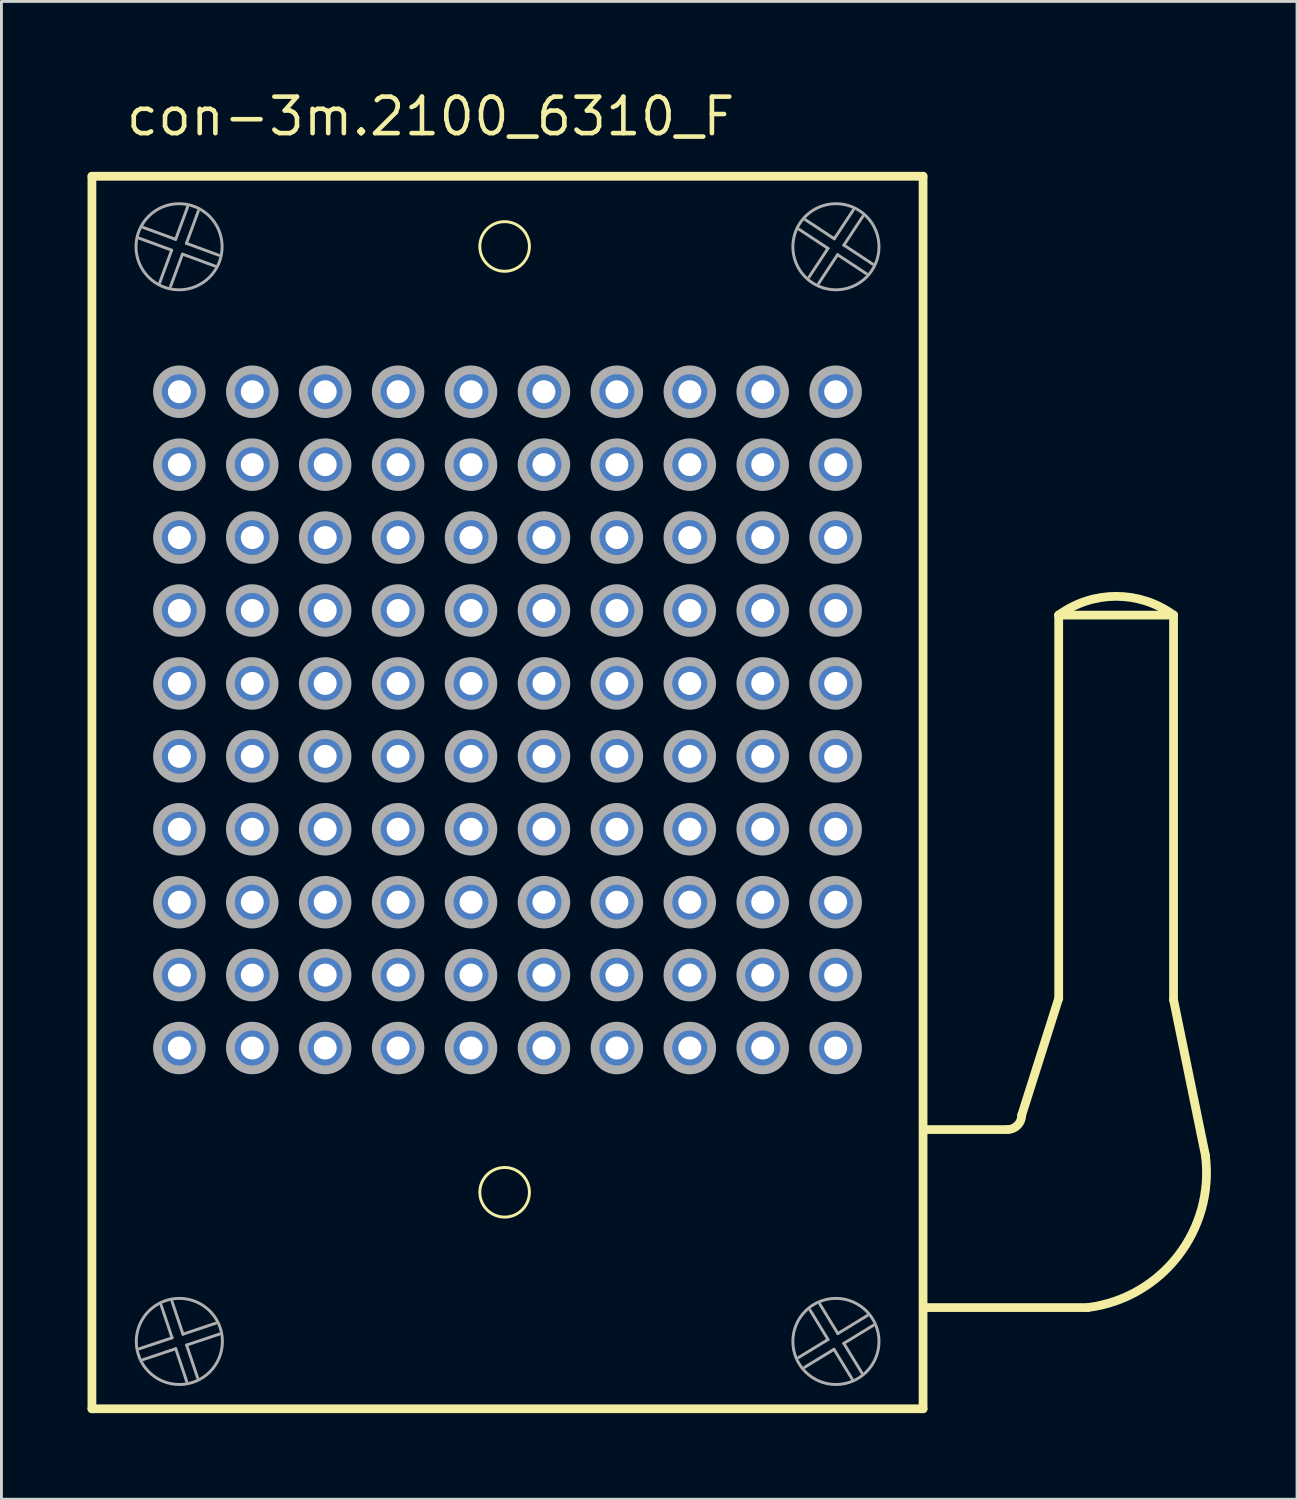
<source format=kicad_pcb>
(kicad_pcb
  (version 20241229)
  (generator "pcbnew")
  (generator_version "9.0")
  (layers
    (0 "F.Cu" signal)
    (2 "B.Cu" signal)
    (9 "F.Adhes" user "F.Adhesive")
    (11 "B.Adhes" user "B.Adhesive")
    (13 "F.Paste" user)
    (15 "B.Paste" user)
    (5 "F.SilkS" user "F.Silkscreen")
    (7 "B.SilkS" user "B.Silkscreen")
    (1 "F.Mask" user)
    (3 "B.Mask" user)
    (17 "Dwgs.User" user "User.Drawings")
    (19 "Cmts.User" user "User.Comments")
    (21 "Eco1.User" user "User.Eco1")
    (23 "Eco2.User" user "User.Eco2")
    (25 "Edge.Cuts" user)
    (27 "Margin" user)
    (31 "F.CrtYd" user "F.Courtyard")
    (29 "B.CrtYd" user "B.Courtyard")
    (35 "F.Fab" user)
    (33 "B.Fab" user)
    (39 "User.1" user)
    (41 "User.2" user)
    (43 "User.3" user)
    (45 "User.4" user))
  (footprint "con-3m.2100_6310_F"
    (layer "F.Cu")
    (at 14.627 22.025)
    (property "Reference" "con-3m.2100_6310_F" (at -13.365 -20.275 0) (layer "F.SilkS") (effects (font (size 1.27 1.27) (thickness 0.16)) (justify left bottom)))
    (attr through_hole)
    (fp_line (start -14.475 -18.935) (end 14.475 -18.935) (stroke (width 0.305) (type default)) (layer "F.SilkS"))
    (fp_line (start -14.475 23.995) (end -14.475 -18.935) (stroke (width 0.305) (type default)) (layer "F.SilkS"))
    (fp_line (start 14.475 -18.935) (end 14.475 23.995) (stroke (width 0.305) (type default)) (layer "F.SilkS"))
    (fp_line (start 14.475 23.995) (end -14.475 23.995) (stroke (width 0.305) (type default)) (layer "F.SilkS"))
    (fp_line (start 17.41 14.27) (end 14.646 14.27) (stroke (width 0.305) (type default)) (layer "F.SilkS"))
    (fp_line (start 17.91 13.77) (end 19.2 9.7) (stroke (width 0.305) (type default)) (layer "F.SilkS"))
    (fp_line (start 19.2 -3.65) (end 23.2 -3.65) (stroke (width 0.305) (type default)) (layer "F.SilkS"))
    (fp_line (start 19.2 9.7) (end 19.2 -3.65) (stroke (width 0.305) (type default)) (layer "F.SilkS"))
    (fp_line (start 20.21 20.47) (end 14.546 20.47) (stroke (width 0.305) (type default)) (layer "F.SilkS"))
    (fp_line (start 23.2 -3.65) (end 23.2 9.75) (stroke (width 0.305) (type default)) (layer "F.SilkS"))
    (fp_line (start 23.2 9.75) (end 24.31 15.17) (stroke (width 0.305) (type default)) (layer "F.SilkS"))
    (fp_arc (start 17.91 13.77) (mid 17.763553 14.123553) (end 17.41 14.27) (stroke (width 0.3048) (type default)) (layer "F.SilkS"))
    (fp_arc (start 19.2 -3.65) (mid 21.2 -4.303325) (end 23.2 -3.65) (stroke (width 0.3048) (type default)) (layer "F.SilkS"))
    (fp_arc (start 24.31 15.17) (mid 23.357666 18.669138) (end 20.21 20.47) (stroke (width 0.3048) (type default)) (layer "F.SilkS"))
    (fp_circle (center -0.1 -16.49) (end 0.764 -16.49) (stroke (width 0.102) (type default)) (fill no) (layer "F.SilkS"))
    (fp_circle (center -0.1 16.455) (end 0.764 16.455) (stroke (width 0.102) (type default)) (fill no) (layer "F.SilkS"))
    (fp_line (start -12.821 21.904) (end -11.683 21.524) (stroke (width 0.102) (type default)) (layer "F.Fab"))
    (fp_line (start -12.685 -17.151) (end -11.559 -16.737) (stroke (width 0.102) (type default)) (layer "F.Fab"))
    (fp_line (start -12.111 -15.235) (end -11.697 -16.361) (stroke (width 0.102) (type default)) (layer "F.Fab"))
    (fp_line (start -11.697 -16.361) (end -12.823 -16.776) (stroke (width 0.102) (type default)) (layer "F.Fab"))
    (fp_line (start -11.684 20.259) (end -11.304 21.397) (stroke (width 0.102) (type default)) (layer "F.Fab"))
    (fp_line (start -11.683 21.524) (end -12.064 20.386) (stroke (width 0.102) (type default)) (layer "F.Fab"))
    (fp_line (start -11.559 -16.737) (end -11.144 -17.863) (stroke (width 0.102) (type default)) (layer "F.Fab"))
    (fp_line (start -11.556 21.903) (end -12.694 22.284) (stroke (width 0.102) (type default)) (layer "F.Fab"))
    (fp_line (start -11.321 -16.223) (end -11.736 -15.097) (stroke (width 0.102) (type default)) (layer "F.Fab"))
    (fp_line (start -11.304 21.397) (end -10.166 21.016) (stroke (width 0.102) (type default)) (layer "F.Fab"))
    (fp_line (start -11.183 -16.599) (end -10.057 -16.184) (stroke (width 0.102) (type default)) (layer "F.Fab"))
    (fp_line (start -11.177 21.776) (end -10.796 22.914) (stroke (width 0.102) (type default)) (layer "F.Fab"))
    (fp_line (start -11.175 23.041) (end -11.556 21.903) (stroke (width 0.102) (type default)) (layer "F.Fab"))
    (fp_line (start -10.769 -17.725) (end -11.183 -16.599) (stroke (width 0.102) (type default)) (layer "F.Fab"))
    (fp_line (start -10.195 -15.809) (end -11.321 -16.223) (stroke (width 0.102) (type default)) (layer "F.Fab"))
    (fp_line (start -10.039 21.395) (end -11.177 21.776) (stroke (width 0.102) (type default)) (layer "F.Fab"))
    (fp_line (start 10.141 22.209) (end 11.165 21.583) (stroke (width 0.102) (type default)) (layer "F.Fab"))
    (fp_line (start 10.381 -17.418) (end 11.383 -16.757) (stroke (width 0.102) (type default)) (layer "F.Fab"))
    (fp_line (start 10.502 -15.421) (end 11.163 -16.423) (stroke (width 0.102) (type default)) (layer "F.Fab"))
    (fp_line (start 10.881 20.351) (end 11.507 21.375) (stroke (width 0.102) (type default)) (layer "F.Fab"))
    (fp_line (start 11.163 -16.423) (end 10.161 -17.084) (stroke (width 0.102) (type default)) (layer "F.Fab"))
    (fp_line (start 11.165 21.583) (end 10.54 20.559) (stroke (width 0.102) (type default)) (layer "F.Fab"))
    (fp_line (start 11.373 21.925) (end 10.349 22.55) (stroke (width 0.102) (type default)) (layer "F.Fab"))
    (fp_line (start 11.383 -16.757) (end 12.044 -17.759) (stroke (width 0.102) (type default)) (layer "F.Fab"))
    (fp_line (start 11.497 -16.203) (end 10.836 -15.201) (stroke (width 0.102) (type default)) (layer "F.Fab"))
    (fp_line (start 11.507 21.375) (end 12.531 20.75) (stroke (width 0.102) (type default)) (layer "F.Fab"))
    (fp_line (start 11.715 21.716) (end 12.34 22.741) (stroke (width 0.102) (type default)) (layer "F.Fab"))
    (fp_line (start 11.717 -16.537) (end 12.719 -15.876) (stroke (width 0.102) (type default)) (layer "F.Fab"))
    (fp_line (start 11.999 22.949) (end 11.373 21.925) (stroke (width 0.102) (type default)) (layer "F.Fab"))
    (fp_line (start 12.378 -17.539) (end 11.717 -16.537) (stroke (width 0.102) (type default)) (layer "F.Fab"))
    (fp_line (start 12.499 -15.542) (end 11.497 -16.203) (stroke (width 0.102) (type default)) (layer "F.Fab"))
    (fp_line (start 12.739 21.091) (end 11.715 21.716) (stroke (width 0.102) (type default)) (layer "F.Fab"))
    (fp_circle (center -11.44 -16.48) (end -9.94 -16.48) (stroke (width 0.102) (type default)) (fill no) (layer "F.Fab"))
    (fp_circle (center -11.43 -11.43) (end -10.668 -11.43) (stroke (width 0.305) (type default)) (fill no) (layer "F.Fab"))
    (fp_circle (center -11.43 -8.89) (end -10.668 -8.89) (stroke (width 0.305) (type default)) (fill no) (layer "F.Fab"))
    (fp_circle (center -11.43 -6.35) (end -10.668 -6.35) (stroke (width 0.305) (type default)) (fill no) (layer "F.Fab"))
    (fp_circle (center -11.43 -3.81) (end -10.668 -3.81) (stroke (width 0.305) (type default)) (fill no) (layer "F.Fab"))
    (fp_circle (center -11.43 -1.27) (end -10.668 -1.27) (stroke (width 0.305) (type default)) (fill no) (layer "F.Fab"))
    (fp_circle (center -11.43 1.27) (end -10.668 1.27) (stroke (width 0.305) (type default)) (fill no) (layer "F.Fab"))
    (fp_circle (center -11.43 3.81) (end -10.668 3.81) (stroke (width 0.305) (type default)) (fill no) (layer "F.Fab"))
    (fp_circle (center -11.43 6.35) (end -10.668 6.35) (stroke (width 0.305) (type default)) (fill no) (layer "F.Fab"))
    (fp_circle (center -11.43 8.89) (end -10.668 8.89) (stroke (width 0.305) (type default)) (fill no) (layer "F.Fab"))
    (fp_circle (center -11.43 11.43) (end -10.668 11.43) (stroke (width 0.305) (type default)) (fill no) (layer "F.Fab"))
    (fp_circle (center -11.43 21.65) (end -9.93 21.65) (stroke (width 0.102) (type default)) (fill no) (layer "F.Fab"))
    (fp_circle (center -8.89 -11.43) (end -8.128 -11.43) (stroke (width 0.305) (type default)) (fill no) (layer "F.Fab"))
    (fp_circle (center -8.89 -8.89) (end -8.128 -8.89) (stroke (width 0.305) (type default)) (fill no) (layer "F.Fab"))
    (fp_circle (center -8.89 -6.35) (end -8.128 -6.35) (stroke (width 0.305) (type default)) (fill no) (layer "F.Fab"))
    (fp_circle (center -8.89 -3.81) (end -8.128 -3.81) (stroke (width 0.305) (type default)) (fill no) (layer "F.Fab"))
    (fp_circle (center -8.89 -1.27) (end -8.128 -1.27) (stroke (width 0.305) (type default)) (fill no) (layer "F.Fab"))
    (fp_circle (center -8.89 1.27) (end -8.128 1.27) (stroke (width 0.305) (type default)) (fill no) (layer "F.Fab"))
    (fp_circle (center -8.89 3.81) (end -8.128 3.81) (stroke (width 0.305) (type default)) (fill no) (layer "F.Fab"))
    (fp_circle (center -8.89 6.35) (end -8.128 6.35) (stroke (width 0.305) (type default)) (fill no) (layer "F.Fab"))
    (fp_circle (center -8.89 8.89) (end -8.128 8.89) (stroke (width 0.305) (type default)) (fill no) (layer "F.Fab"))
    (fp_circle (center -8.89 11.43) (end -8.128 11.43) (stroke (width 0.305) (type default)) (fill no) (layer "F.Fab"))
    (fp_circle (center -6.35 -11.43) (end -5.588 -11.43) (stroke (width 0.305) (type default)) (fill no) (layer "F.Fab"))
    (fp_circle (center -6.35 -8.89) (end -5.588 -8.89) (stroke (width 0.305) (type default)) (fill no) (layer "F.Fab"))
    (fp_circle (center -6.35 -6.35) (end -5.588 -6.35) (stroke (width 0.305) (type default)) (fill no) (layer "F.Fab"))
    (fp_circle (center -6.35 -3.81) (end -5.588 -3.81) (stroke (width 0.305) (type default)) (fill no) (layer "F.Fab"))
    (fp_circle (center -6.35 -1.27) (end -5.588 -1.27) (stroke (width 0.305) (type default)) (fill no) (layer "F.Fab"))
    (fp_circle (center -6.35 1.27) (end -5.588 1.27) (stroke (width 0.305) (type default)) (fill no) (layer "F.Fab"))
    (fp_circle (center -6.35 3.81) (end -5.588 3.81) (stroke (width 0.305) (type default)) (fill no) (layer "F.Fab"))
    (fp_circle (center -6.35 6.35) (end -5.588 6.35) (stroke (width 0.305) (type default)) (fill no) (layer "F.Fab"))
    (fp_circle (center -6.35 8.89) (end -5.588 8.89) (stroke (width 0.305) (type default)) (fill no) (layer "F.Fab"))
    (fp_circle (center -6.35 11.43) (end -5.588 11.43) (stroke (width 0.305) (type default)) (fill no) (layer "F.Fab"))
    (fp_circle (center -3.81 -11.43) (end -3.048 -11.43) (stroke (width 0.305) (type default)) (fill no) (layer "F.Fab"))
    (fp_circle (center -3.81 -8.89) (end -3.048 -8.89) (stroke (width 0.305) (type default)) (fill no) (layer "F.Fab"))
    (fp_circle (center -3.81 -6.35) (end -3.048 -6.35) (stroke (width 0.305) (type default)) (fill no) (layer "F.Fab"))
    (fp_circle (center -3.81 -3.81) (end -3.048 -3.81) (stroke (width 0.305) (type default)) (fill no) (layer "F.Fab"))
    (fp_circle (center -3.81 -1.27) (end -3.048 -1.27) (stroke (width 0.305) (type default)) (fill no) (layer "F.Fab"))
    (fp_circle (center -3.81 1.27) (end -3.048 1.27) (stroke (width 0.305) (type default)) (fill no) (layer "F.Fab"))
    (fp_circle (center -3.81 3.81) (end -3.048 3.81) (stroke (width 0.305) (type default)) (fill no) (layer "F.Fab"))
    (fp_circle (center -3.81 6.35) (end -3.048 6.35) (stroke (width 0.305) (type default)) (fill no) (layer "F.Fab"))
    (fp_circle (center -3.81 8.89) (end -3.048 8.89) (stroke (width 0.305) (type default)) (fill no) (layer "F.Fab"))
    (fp_circle (center -3.81 11.43) (end -3.048 11.43) (stroke (width 0.305) (type default)) (fill no) (layer "F.Fab"))
    (fp_circle (center -1.27 -11.43) (end -0.508 -11.43) (stroke (width 0.305) (type default)) (fill no) (layer "F.Fab"))
    (fp_circle (center -1.27 -8.89) (end -0.508 -8.89) (stroke (width 0.305) (type default)) (fill no) (layer "F.Fab"))
    (fp_circle (center -1.27 -6.35) (end -0.508 -6.35) (stroke (width 0.305) (type default)) (fill no) (layer "F.Fab"))
    (fp_circle (center -1.27 -3.81) (end -0.508 -3.81) (stroke (width 0.305) (type default)) (fill no) (layer "F.Fab"))
    (fp_circle (center -1.27 -1.27) (end -0.508 -1.27) (stroke (width 0.305) (type default)) (fill no) (layer "F.Fab"))
    (fp_circle (center -1.27 1.27) (end -0.508 1.27) (stroke (width 0.305) (type default)) (fill no) (layer "F.Fab"))
    (fp_circle (center -1.27 3.81) (end -0.508 3.81) (stroke (width 0.305) (type default)) (fill no) (layer "F.Fab"))
    (fp_circle (center -1.27 6.35) (end -0.508 6.35) (stroke (width 0.305) (type default)) (fill no) (layer "F.Fab"))
    (fp_circle (center -1.27 8.89) (end -0.508 8.89) (stroke (width 0.305) (type default)) (fill no) (layer "F.Fab"))
    (fp_circle (center -1.27 11.43) (end -0.508 11.43) (stroke (width 0.305) (type default)) (fill no) (layer "F.Fab"))
    (fp_circle (center 1.27 -11.43) (end 2.032 -11.43) (stroke (width 0.305) (type default)) (fill no) (layer "F.Fab"))
    (fp_circle (center 1.27 -8.89) (end 2.032 -8.89) (stroke (width 0.305) (type default)) (fill no) (layer "F.Fab"))
    (fp_circle (center 1.27 -6.35) (end 2.032 -6.35) (stroke (width 0.305) (type default)) (fill no) (layer "F.Fab"))
    (fp_circle (center 1.27 -3.81) (end 2.032 -3.81) (stroke (width 0.305) (type default)) (fill no) (layer "F.Fab"))
    (fp_circle (center 1.27 -1.27) (end 2.032 -1.27) (stroke (width 0.305) (type default)) (fill no) (layer "F.Fab"))
    (fp_circle (center 1.27 1.27) (end 2.032 1.27) (stroke (width 0.305) (type default)) (fill no) (layer "F.Fab"))
    (fp_circle (center 1.27 3.81) (end 2.032 3.81) (stroke (width 0.305) (type default)) (fill no) (layer "F.Fab"))
    (fp_circle (center 1.27 6.35) (end 2.032 6.35) (stroke (width 0.305) (type default)) (fill no) (layer "F.Fab"))
    (fp_circle (center 1.27 8.89) (end 2.032 8.89) (stroke (width 0.305) (type default)) (fill no) (layer "F.Fab"))
    (fp_circle (center 1.27 11.43) (end 2.032 11.43) (stroke (width 0.305) (type default)) (fill no) (layer "F.Fab"))
    (fp_circle (center 3.81 -11.43) (end 4.572 -11.43) (stroke (width 0.305) (type default)) (fill no) (layer "F.Fab"))
    (fp_circle (center 3.81 -8.89) (end 4.572 -8.89) (stroke (width 0.305) (type default)) (fill no) (layer "F.Fab"))
    (fp_circle (center 3.81 -6.35) (end 4.572 -6.35) (stroke (width 0.305) (type default)) (fill no) (layer "F.Fab"))
    (fp_circle (center 3.81 -3.81) (end 4.572 -3.81) (stroke (width 0.305) (type default)) (fill no) (layer "F.Fab"))
    (fp_circle (center 3.81 -1.27) (end 4.572 -1.27) (stroke (width 0.305) (type default)) (fill no) (layer "F.Fab"))
    (fp_circle (center 3.81 1.27) (end 4.572 1.27) (stroke (width 0.305) (type default)) (fill no) (layer "F.Fab"))
    (fp_circle (center 3.81 3.81) (end 4.572 3.81) (stroke (width 0.305) (type default)) (fill no) (layer "F.Fab"))
    (fp_circle (center 3.81 6.35) (end 4.572 6.35) (stroke (width 0.305) (type default)) (fill no) (layer "F.Fab"))
    (fp_circle (center 3.81 8.89) (end 4.572 8.89) (stroke (width 0.305) (type default)) (fill no) (layer "F.Fab"))
    (fp_circle (center 3.81 11.43) (end 4.572 11.43) (stroke (width 0.305) (type default)) (fill no) (layer "F.Fab"))
    (fp_circle (center 6.35 -11.43) (end 7.112 -11.43) (stroke (width 0.305) (type default)) (fill no) (layer "F.Fab"))
    (fp_circle (center 6.35 -8.89) (end 7.112 -8.89) (stroke (width 0.305) (type default)) (fill no) (layer "F.Fab"))
    (fp_circle (center 6.35 -6.35) (end 7.112 -6.35) (stroke (width 0.305) (type default)) (fill no) (layer "F.Fab"))
    (fp_circle (center 6.35 -3.81) (end 7.112 -3.81) (stroke (width 0.305) (type default)) (fill no) (layer "F.Fab"))
    (fp_circle (center 6.35 -1.27) (end 7.112 -1.27) (stroke (width 0.305) (type default)) (fill no) (layer "F.Fab"))
    (fp_circle (center 6.35 1.27) (end 7.112 1.27) (stroke (width 0.305) (type default)) (fill no) (layer "F.Fab"))
    (fp_circle (center 6.35 3.81) (end 7.112 3.81) (stroke (width 0.305) (type default)) (fill no) (layer "F.Fab"))
    (fp_circle (center 6.35 6.35) (end 7.112 6.35) (stroke (width 0.305) (type default)) (fill no) (layer "F.Fab"))
    (fp_circle (center 6.35 8.89) (end 7.112 8.89) (stroke (width 0.305) (type default)) (fill no) (layer "F.Fab"))
    (fp_circle (center 6.35 11.43) (end 7.112 11.43) (stroke (width 0.305) (type default)) (fill no) (layer "F.Fab"))
    (fp_circle (center 8.89 -11.43) (end 9.652 -11.43) (stroke (width 0.305) (type default)) (fill no) (layer "F.Fab"))
    (fp_circle (center 8.89 -8.89) (end 9.652 -8.89) (stroke (width 0.305) (type default)) (fill no) (layer "F.Fab"))
    (fp_circle (center 8.89 -6.35) (end 9.652 -6.35) (stroke (width 0.305) (type default)) (fill no) (layer "F.Fab"))
    (fp_circle (center 8.89 -3.81) (end 9.652 -3.81) (stroke (width 0.305) (type default)) (fill no) (layer "F.Fab"))
    (fp_circle (center 8.89 -1.27) (end 9.652 -1.27) (stroke (width 0.305) (type default)) (fill no) (layer "F.Fab"))
    (fp_circle (center 8.89 1.27) (end 9.652 1.27) (stroke (width 0.305) (type default)) (fill no) (layer "F.Fab"))
    (fp_circle (center 8.89 3.81) (end 9.652 3.81) (stroke (width 0.305) (type default)) (fill no) (layer "F.Fab"))
    (fp_circle (center 8.89 6.35) (end 9.652 6.35) (stroke (width 0.305) (type default)) (fill no) (layer "F.Fab"))
    (fp_circle (center 8.89 8.89) (end 9.652 8.89) (stroke (width 0.305) (type default)) (fill no) (layer "F.Fab"))
    (fp_circle (center 8.89 11.43) (end 9.652 11.43) (stroke (width 0.305) (type default)) (fill no) (layer "F.Fab"))
    (fp_circle (center 11.43 -11.43) (end 12.192 -11.43) (stroke (width 0.305) (type default)) (fill no) (layer "F.Fab"))
    (fp_circle (center 11.43 -8.89) (end 12.192 -8.89) (stroke (width 0.305) (type default)) (fill no) (layer "F.Fab"))
    (fp_circle (center 11.43 -6.35) (end 12.192 -6.35) (stroke (width 0.305) (type default)) (fill no) (layer "F.Fab"))
    (fp_circle (center 11.43 -3.81) (end 12.192 -3.81) (stroke (width 0.305) (type default)) (fill no) (layer "F.Fab"))
    (fp_circle (center 11.43 -1.27) (end 12.192 -1.27) (stroke (width 0.305) (type default)) (fill no) (layer "F.Fab"))
    (fp_circle (center 11.43 1.27) (end 12.192 1.27) (stroke (width 0.305) (type default)) (fill no) (layer "F.Fab"))
    (fp_circle (center 11.43 3.81) (end 12.192 3.81) (stroke (width 0.305) (type default)) (fill no) (layer "F.Fab"))
    (fp_circle (center 11.43 6.35) (end 12.192 6.35) (stroke (width 0.305) (type default)) (fill no) (layer "F.Fab"))
    (fp_circle (center 11.43 8.89) (end 12.192 8.89) (stroke (width 0.305) (type default)) (fill no) (layer "F.Fab"))
    (fp_circle (center 11.43 11.43) (end 12.192 11.43) (stroke (width 0.305) (type default)) (fill no) (layer "F.Fab"))
    (fp_circle (center 11.44 -16.48) (end 12.94 -16.48) (stroke (width 0.102) (type default)) (fill no) (layer "F.Fab"))
    (fp_circle (center 11.44 21.65) (end 12.94 21.65) (stroke (width 0.102) (type default)) (fill no) (layer "F.Fab"))
    (pad "A1" thru_hole circle (at -11.43 -11.43) (size 1.4 1.4) (drill 0.8) (layers "*.Cu" "*.Mask"))
    (pad "A2" thru_hole circle (at -8.89 -11.43) (size 1.4 1.4) (drill 0.8) (layers "*.Cu" "*.Mask"))
    (pad "A3" thru_hole circle (at -6.35 -11.43) (size 1.4 1.4) (drill 0.8) (layers "*.Cu" "*.Mask"))
    (pad "A4" thru_hole circle (at -3.81 -11.43) (size 1.4 1.4) (drill 0.8) (layers "*.Cu" "*.Mask"))
    (pad "A5" thru_hole circle (at -1.27 -11.43) (size 1.4 1.4) (drill 0.8) (layers "*.Cu" "*.Mask"))
    (pad "A6" thru_hole circle (at 1.27 -11.43) (size 1.4 1.4) (drill 0.8) (layers "*.Cu" "*.Mask"))
    (pad "A7" thru_hole circle (at 3.81 -11.43) (size 1.4 1.4) (drill 0.8) (layers "*.Cu" "*.Mask"))
    (pad "A8" thru_hole circle (at 6.35 -11.43) (size 1.4 1.4) (drill 0.8) (layers "*.Cu" "*.Mask"))
    (pad "A9" thru_hole circle (at 8.89 -11.43) (size 1.4 1.4) (drill 0.8) (layers "*.Cu" "*.Mask"))
    (pad "A10" thru_hole circle (at 11.43 -11.43) (size 1.4 1.4) (drill 0.8) (layers "*.Cu" "*.Mask"))
    (pad "B1" thru_hole circle (at -11.43 -8.89) (size 1.4 1.4) (drill 0.8) (layers "*.Cu" "*.Mask"))
    (pad "B2" thru_hole circle (at -8.89 -8.89) (size 1.4 1.4) (drill 0.8) (layers "*.Cu" "*.Mask"))
    (pad "B3" thru_hole circle (at -6.35 -8.89) (size 1.4 1.4) (drill 0.8) (layers "*.Cu" "*.Mask"))
    (pad "B4" thru_hole circle (at -3.81 -8.89) (size 1.4 1.4) (drill 0.8) (layers "*.Cu" "*.Mask"))
    (pad "B5" thru_hole circle (at -1.27 -8.89) (size 1.4 1.4) (drill 0.8) (layers "*.Cu" "*.Mask"))
    (pad "B6" thru_hole circle (at 1.27 -8.89) (size 1.4 1.4) (drill 0.8) (layers "*.Cu" "*.Mask"))
    (pad "B7" thru_hole circle (at 3.81 -8.89) (size 1.4 1.4) (drill 0.8) (layers "*.Cu" "*.Mask"))
    (pad "B8" thru_hole circle (at 6.35 -8.89) (size 1.4 1.4) (drill 0.8) (layers "*.Cu" "*.Mask"))
    (pad "B9" thru_hole circle (at 8.89 -8.89) (size 1.4 1.4) (drill 0.8) (layers "*.Cu" "*.Mask"))
    (pad "B10" thru_hole circle (at 11.43 -8.89) (size 1.4 1.4) (drill 0.8) (layers "*.Cu" "*.Mask"))
    (pad "C1" thru_hole circle (at -11.43 -6.35) (size 1.4 1.4) (drill 0.8) (layers "*.Cu" "*.Mask"))
    (pad "C2" thru_hole circle (at -8.89 -6.35) (size 1.4 1.4) (drill 0.8) (layers "*.Cu" "*.Mask"))
    (pad "C3" thru_hole circle (at -6.35 -6.35) (size 1.4 1.4) (drill 0.8) (layers "*.Cu" "*.Mask"))
    (pad "C4" thru_hole circle (at -3.81 -6.35) (size 1.4 1.4) (drill 0.8) (layers "*.Cu" "*.Mask"))
    (pad "C5" thru_hole circle (at -1.27 -6.35) (size 1.4 1.4) (drill 0.8) (layers "*.Cu" "*.Mask"))
    (pad "C6" thru_hole circle (at 1.27 -6.35) (size 1.4 1.4) (drill 0.8) (layers "*.Cu" "*.Mask"))
    (pad "C7" thru_hole circle (at 3.81 -6.35) (size 1.4 1.4) (drill 0.8) (layers "*.Cu" "*.Mask"))
    (pad "C8" thru_hole circle (at 6.35 -6.35) (size 1.4 1.4) (drill 0.8) (layers "*.Cu" "*.Mask"))
    (pad "C9" thru_hole circle (at 8.89 -6.35) (size 1.4 1.4) (drill 0.8) (layers "*.Cu" "*.Mask"))
    (pad "C10" thru_hole circle (at 11.43 -6.35) (size 1.4 1.4) (drill 0.8) (layers "*.Cu" "*.Mask"))
    (pad "D1" thru_hole circle (at -11.43 -3.81) (size 1.4 1.4) (drill 0.8) (layers "*.Cu" "*.Mask"))
    (pad "D2" thru_hole circle (at -8.89 -3.81) (size 1.4 1.4) (drill 0.8) (layers "*.Cu" "*.Mask"))
    (pad "D3" thru_hole circle (at -6.35 -3.81) (size 1.4 1.4) (drill 0.8) (layers "*.Cu" "*.Mask"))
    (pad "D4" thru_hole circle (at -3.81 -3.81) (size 1.4 1.4) (drill 0.8) (layers "*.Cu" "*.Mask"))
    (pad "D5" thru_hole circle (at -1.27 -3.81) (size 1.4 1.4) (drill 0.8) (layers "*.Cu" "*.Mask"))
    (pad "D6" thru_hole circle (at 1.27 -3.81) (size 1.4 1.4) (drill 0.8) (layers "*.Cu" "*.Mask"))
    (pad "D7" thru_hole circle (at 3.81 -3.81) (size 1.4 1.4) (drill 0.8) (layers "*.Cu" "*.Mask"))
    (pad "D8" thru_hole circle (at 6.35 -3.81) (size 1.4 1.4) (drill 0.8) (layers "*.Cu" "*.Mask"))
    (pad "D9" thru_hole circle (at 8.89 -3.81) (size 1.4 1.4) (drill 0.8) (layers "*.Cu" "*.Mask"))
    (pad "D10" thru_hole circle (at 11.43 -3.81) (size 1.4 1.4) (drill 0.8) (layers "*.Cu" "*.Mask"))
    (pad "E1" thru_hole circle (at -11.43 -1.27) (size 1.4 1.4) (drill 0.8) (layers "*.Cu" "*.Mask"))
    (pad "E2" thru_hole circle (at -8.89 -1.27) (size 1.4 1.4) (drill 0.8) (layers "*.Cu" "*.Mask"))
    (pad "E3" thru_hole circle (at -6.35 -1.27) (size 1.4 1.4) (drill 0.8) (layers "*.Cu" "*.Mask"))
    (pad "E4" thru_hole circle (at -3.81 -1.27) (size 1.4 1.4) (drill 0.8) (layers "*.Cu" "*.Mask"))
    (pad "E5" thru_hole circle (at -1.27 -1.27) (size 1.4 1.4) (drill 0.8) (layers "*.Cu" "*.Mask"))
    (pad "E6" thru_hole circle (at 1.27 -1.27) (size 1.4 1.4) (drill 0.8) (layers "*.Cu" "*.Mask"))
    (pad "E7" thru_hole circle (at 3.81 -1.27) (size 1.4 1.4) (drill 0.8) (layers "*.Cu" "*.Mask"))
    (pad "E8" thru_hole circle (at 6.35 -1.27) (size 1.4 1.4) (drill 0.8) (layers "*.Cu" "*.Mask"))
    (pad "E9" thru_hole circle (at 8.89 -1.27) (size 1.4 1.4) (drill 0.8) (layers "*.Cu" "*.Mask"))
    (pad "E10" thru_hole circle (at 11.43 -1.27) (size 1.4 1.4) (drill 0.8) (layers "*.Cu" "*.Mask"))
    (pad "F1" thru_hole circle (at -11.43 1.27) (size 1.4 1.4) (drill 0.8) (layers "*.Cu" "*.Mask"))
    (pad "F2" thru_hole circle (at -8.89 1.27) (size 1.4 1.4) (drill 0.8) (layers "*.Cu" "*.Mask"))
    (pad "F3" thru_hole circle (at -6.35 1.27) (size 1.4 1.4) (drill 0.8) (layers "*.Cu" "*.Mask"))
    (pad "F4" thru_hole circle (at -3.81 1.27) (size 1.4 1.4) (drill 0.8) (layers "*.Cu" "*.Mask"))
    (pad "F5" thru_hole circle (at -1.27 1.27) (size 1.4 1.4) (drill 0.8) (layers "*.Cu" "*.Mask"))
    (pad "F6" thru_hole circle (at 1.27 1.27) (size 1.4 1.4) (drill 0.8) (layers "*.Cu" "*.Mask"))
    (pad "F7" thru_hole circle (at 3.81 1.27) (size 1.4 1.4) (drill 0.8) (layers "*.Cu" "*.Mask"))
    (pad "F8" thru_hole circle (at 6.35 1.27) (size 1.4 1.4) (drill 0.8) (layers "*.Cu" "*.Mask"))
    (pad "F9" thru_hole circle (at 8.89 1.27) (size 1.4 1.4) (drill 0.8) (layers "*.Cu" "*.Mask"))
    (pad "F10" thru_hole circle (at 11.43 1.27) (size 1.4 1.4) (drill 0.8) (layers "*.Cu" "*.Mask"))
    (pad "G1" thru_hole circle (at -11.43 3.81) (size 1.4 1.4) (drill 0.8) (layers "*.Cu" "*.Mask"))
    (pad "G2" thru_hole circle (at -8.89 3.81) (size 1.4 1.4) (drill 0.8) (layers "*.Cu" "*.Mask"))
    (pad "G3" thru_hole circle (at -6.35 3.81) (size 1.4 1.4) (drill 0.8) (layers "*.Cu" "*.Mask"))
    (pad "G4" thru_hole circle (at -3.81 3.81) (size 1.4 1.4) (drill 0.8) (layers "*.Cu" "*.Mask"))
    (pad "G5" thru_hole circle (at -1.27 3.81) (size 1.4 1.4) (drill 0.8) (layers "*.Cu" "*.Mask"))
    (pad "G6" thru_hole circle (at 1.27 3.81) (size 1.4 1.4) (drill 0.8) (layers "*.Cu" "*.Mask"))
    (pad "G7" thru_hole circle (at 3.81 3.81) (size 1.4 1.4) (drill 0.8) (layers "*.Cu" "*.Mask"))
    (pad "G8" thru_hole circle (at 6.35 3.81) (size 1.4 1.4) (drill 0.8) (layers "*.Cu" "*.Mask"))
    (pad "G9" thru_hole circle (at 8.89 3.81) (size 1.4 1.4) (drill 0.8) (layers "*.Cu" "*.Mask"))
    (pad "G10" thru_hole circle (at 11.43 3.81) (size 1.4 1.4) (drill 0.8) (layers "*.Cu" "*.Mask"))
    (pad "H1" thru_hole circle (at -11.43 6.35) (size 1.4 1.4) (drill 0.8) (layers "*.Cu" "*.Mask"))
    (pad "H2" thru_hole circle (at -8.89 6.35) (size 1.4 1.4) (drill 0.8) (layers "*.Cu" "*.Mask"))
    (pad "H3" thru_hole circle (at -6.35 6.35) (size 1.4 1.4) (drill 0.8) (layers "*.Cu" "*.Mask"))
    (pad "H4" thru_hole circle (at -3.81 6.35) (size 1.4 1.4) (drill 0.8) (layers "*.Cu" "*.Mask"))
    (pad "H5" thru_hole circle (at -1.27 6.35) (size 1.4 1.4) (drill 0.8) (layers "*.Cu" "*.Mask"))
    (pad "H6" thru_hole circle (at 1.27 6.35) (size 1.4 1.4) (drill 0.8) (layers "*.Cu" "*.Mask"))
    (pad "H7" thru_hole circle (at 3.81 6.35) (size 1.4 1.4) (drill 0.8) (layers "*.Cu" "*.Mask"))
    (pad "H8" thru_hole circle (at 6.35 6.35) (size 1.4 1.4) (drill 0.8) (layers "*.Cu" "*.Mask"))
    (pad "H9" thru_hole circle (at 8.89 6.35) (size 1.4 1.4) (drill 0.8) (layers "*.Cu" "*.Mask"))
    (pad "H10" thru_hole circle (at 11.43 6.35) (size 1.4 1.4) (drill 0.8) (layers "*.Cu" "*.Mask"))
    (pad "J1" thru_hole circle (at -11.43 8.89) (size 1.4 1.4) (drill 0.8) (layers "*.Cu" "*.Mask"))
    (pad "J2" thru_hole circle (at -8.89 8.89) (size 1.4 1.4) (drill 0.8) (layers "*.Cu" "*.Mask"))
    (pad "J3" thru_hole circle (at -6.35 8.89) (size 1.4 1.4) (drill 0.8) (layers "*.Cu" "*.Mask"))
    (pad "J4" thru_hole circle (at -3.81 8.89) (size 1.4 1.4) (drill 0.8) (layers "*.Cu" "*.Mask"))
    (pad "J5" thru_hole circle (at -1.27 8.89) (size 1.4 1.4) (drill 0.8) (layers "*.Cu" "*.Mask"))
    (pad "J6" thru_hole circle (at 1.27 8.89) (size 1.4 1.4) (drill 0.8) (layers "*.Cu" "*.Mask"))
    (pad "J7" thru_hole circle (at 3.81 8.89) (size 1.4 1.4) (drill 0.8) (layers "*.Cu" "*.Mask"))
    (pad "J8" thru_hole circle (at 6.35 8.89) (size 1.4 1.4) (drill 0.8) (layers "*.Cu" "*.Mask"))
    (pad "J9" thru_hole circle (at 8.89 8.89) (size 1.4 1.4) (drill 0.8) (layers "*.Cu" "*.Mask"))
    (pad "J10" thru_hole circle (at 11.43 8.89) (size 1.4 1.4) (drill 0.8) (layers "*.Cu" "*.Mask"))
    (pad "K1" thru_hole circle (at -11.43 11.43) (size 1.4 1.4) (drill 0.8) (layers "*.Cu" "*.Mask"))
    (pad "K2" thru_hole circle (at -8.89 11.43) (size 1.4 1.4) (drill 0.8) (layers "*.Cu" "*.Mask"))
    (pad "K3" thru_hole circle (at -6.35 11.43) (size 1.4 1.4) (drill 0.8) (layers "*.Cu" "*.Mask"))
    (pad "K4" thru_hole circle (at -3.81 11.43) (size 1.4 1.4) (drill 0.8) (layers "*.Cu" "*.Mask"))
    (pad "K5" thru_hole circle (at -1.27 11.43) (size 1.4 1.4) (drill 0.8) (layers "*.Cu" "*.Mask"))
    (pad "K6" thru_hole circle (at 1.27 11.43) (size 1.4 1.4) (drill 0.8) (layers "*.Cu" "*.Mask"))
    (pad "K7" thru_hole circle (at 3.81 11.43) (size 1.4 1.4) (drill 0.8) (layers "*.Cu" "*.Mask"))
    (pad "K8" thru_hole circle (at 6.35 11.43) (size 1.4 1.4) (drill 0.8) (layers "*.Cu" "*.Mask"))
    (pad "K9" thru_hole circle (at 8.89 11.43) (size 1.4 1.4) (drill 0.8) (layers "*.Cu" "*.Mask"))
    (pad "K10" thru_hole circle (at 11.43 11.43) (size 1.4 1.4) (drill 0.8) (layers "*.Cu" "*.Mask")))
  (gr_rect
    (start -3 -3)
    (end 42.128 49.172)
    (stroke (width 0.1) (type default))
    (fill no)
    (layer "Edge.Cuts")))
</source>
